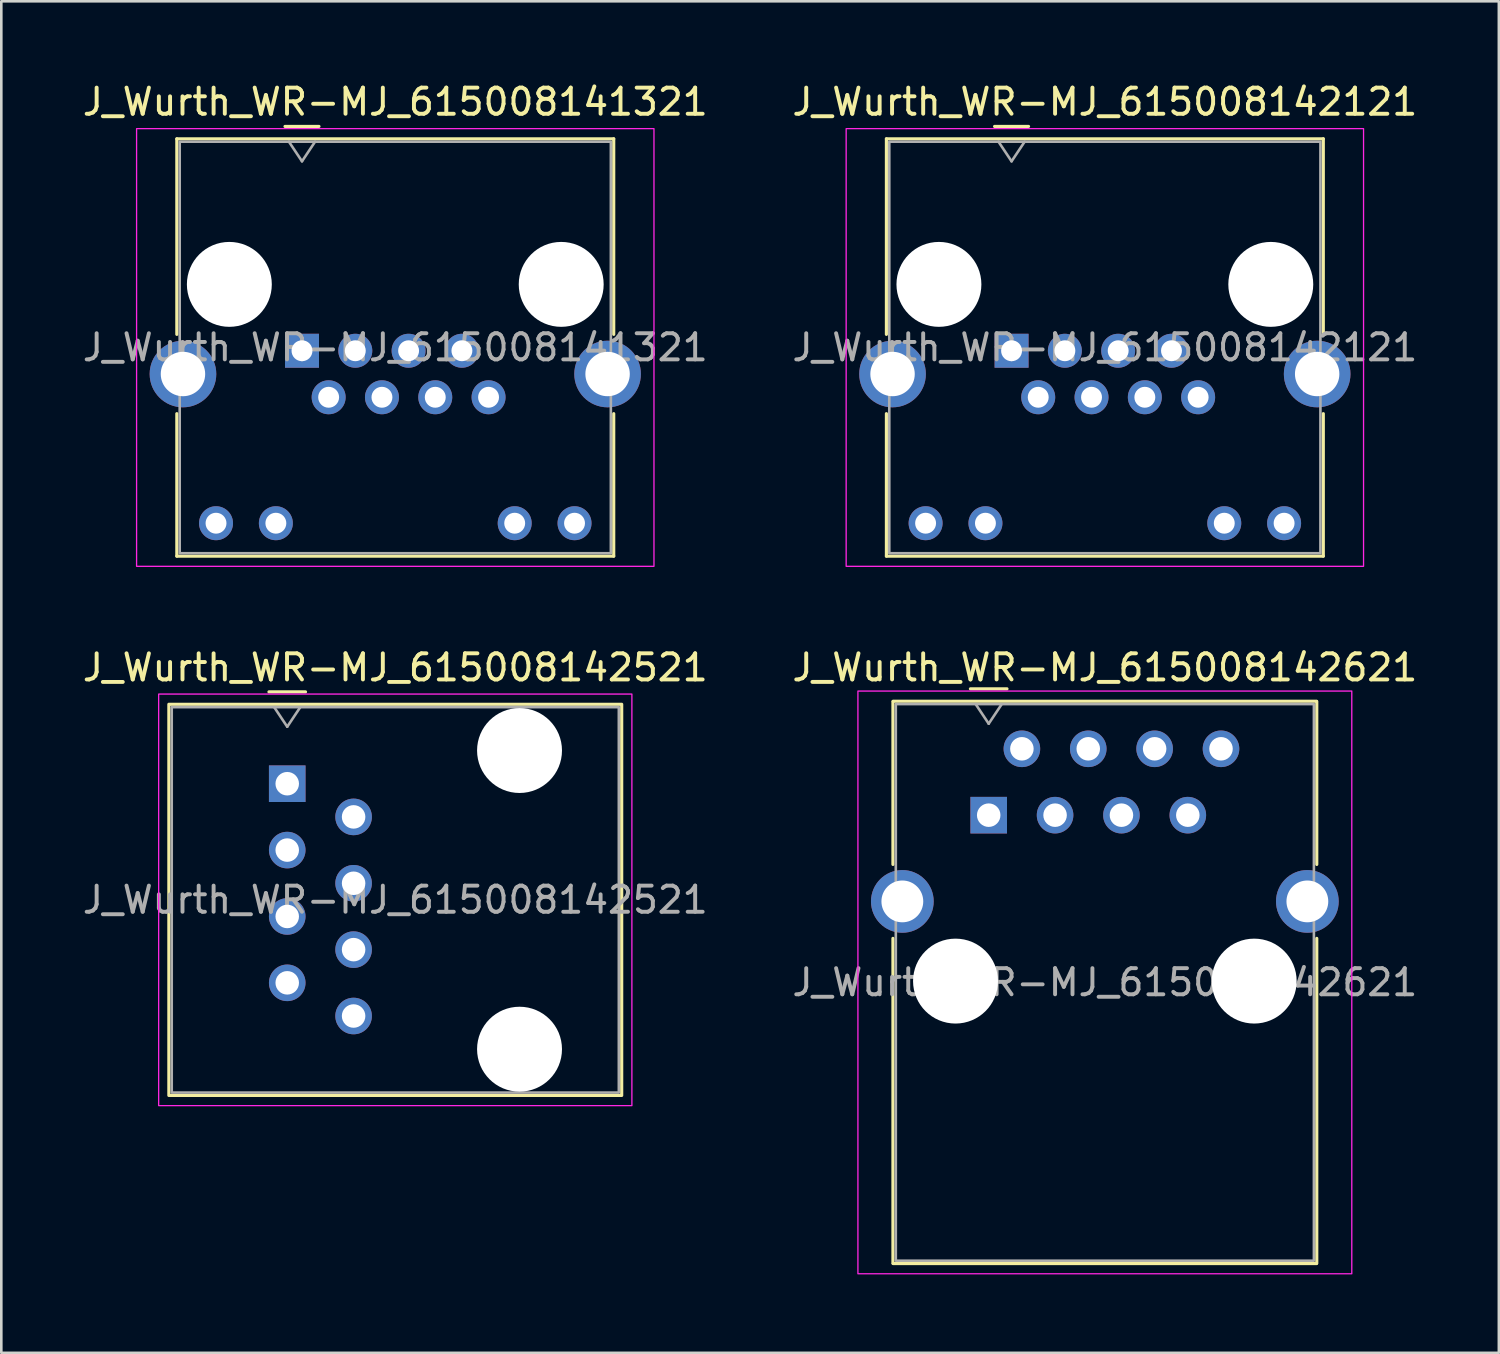
<source format=kicad_pcb>
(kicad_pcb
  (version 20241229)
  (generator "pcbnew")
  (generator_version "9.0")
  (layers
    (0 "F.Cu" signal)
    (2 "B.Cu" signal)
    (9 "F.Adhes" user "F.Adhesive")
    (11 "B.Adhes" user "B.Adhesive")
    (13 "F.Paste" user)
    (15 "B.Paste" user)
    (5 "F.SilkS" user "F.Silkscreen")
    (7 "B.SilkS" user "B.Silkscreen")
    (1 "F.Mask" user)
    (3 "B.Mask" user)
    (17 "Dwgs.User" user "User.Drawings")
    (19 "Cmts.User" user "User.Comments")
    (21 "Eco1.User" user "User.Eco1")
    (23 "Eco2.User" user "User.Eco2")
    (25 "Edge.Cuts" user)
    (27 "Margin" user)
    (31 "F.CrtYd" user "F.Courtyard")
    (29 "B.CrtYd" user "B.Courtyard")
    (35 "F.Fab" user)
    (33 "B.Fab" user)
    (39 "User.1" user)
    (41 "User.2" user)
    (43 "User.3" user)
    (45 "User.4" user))
  (footprint "J_Wurth_WR-MJ_615008142521"
    (layer "F.Cu")
    (at 7.942 26.942)
    (property "Reference" "J_Wurth_WR-MJ_615008142521" (at 4.135 -4.445 0) (unlocked yes) (layer "F.SilkS") (effects (font (size 1 1) (thickness 0.15))))
    (attr through_hole)
    (fp_line (start 0.7 -3.515) (end -0.7 -3.515) (stroke (width 0.12) (type solid)) (layer "F.SilkS"))
    (fp_rect (start -4.53 -3.04) (end 12.8 11.93) (stroke (width 0.12) (type solid)) (fill no) (layer "F.SilkS"))
    (fp_rect (start -4.92 -3.43) (end 13.19 12.32) (stroke (width 0.05) (type default)) (fill no) (layer "F.CrtYd"))
    (fp_line (start 0 -2.18) (end -0.5 -2.93) (stroke (width 0.1) (type solid)) (layer "F.Fab"))
    (fp_line (start 0 -2.18) (end 0.5 -2.93) (stroke (width 0.1) (type solid)) (layer "F.Fab"))
    (fp_rect (start -4.42 -2.93) (end 12.69 11.82) (stroke (width 0.1) (type solid)) (fill no) (layer "F.Fab"))
    (fp_text user "${REFERENCE}" (at 4.135 4.445 0) (unlocked yes) (layer "F.Fab") (effects (font (size 1 1) (thickness 0.15))))
    (pad "" np_thru_hole circle (at 8.89 -1.27 90) (size 3.25 3.25) (drill 3.25) (layers "*.Cu" "*.Mask"))
    (pad "" np_thru_hole circle (at 8.89 10.16 90) (size 3.25 3.25) (drill 3.25) (layers "*.Cu" "*.Mask"))
    (pad "1" thru_hole rect (at 0 0 90) (size 1.4 1.4) (drill 0.9) (layers "*.Cu" "*.Mask"))
    (pad "2" thru_hole circle (at 2.54 1.27 90) (size 1.4 1.4) (drill 0.9) (layers "*.Cu" "*.Mask"))
    (pad "3" thru_hole circle (at 0 2.54 90) (size 1.4 1.4) (drill 0.9) (layers "*.Cu" "*.Mask"))
    (pad "4" thru_hole circle (at 2.54 3.81 90) (size 1.4 1.4) (drill 0.9) (layers "*.Cu" "*.Mask"))
    (pad "5" thru_hole circle (at 0 5.08 90) (size 1.4 1.4) (drill 0.9) (layers "*.Cu" "*.Mask"))
    (pad "6" thru_hole circle (at 2.54 6.35 90) (size 1.4 1.4) (drill 0.9) (layers "*.Cu" "*.Mask"))
    (pad "7" thru_hole circle (at 0 7.62 90) (size 1.4 1.4) (drill 0.9) (layers "*.Cu" "*.Mask"))
    (pad "8" thru_hole circle (at 2.54 8.89 90) (size 1.4 1.4) (drill 0.9) (layers "*.Cu" "*.Mask")))
  (footprint "J_Wurth_WR-MJ_615008142121"
    (layer "F.Cu")
    (at 35.662 10.373)
    (property "Reference" "J_Wurth_WR-MJ_615008142121" (at 3.57 -9.525 0) (unlocked yes) (layer "F.SilkS") (effects (font (size 1 1) (thickness 0.15))))
    (attr through_hole)
    (fp_line (start -4.79 -8.11) (end 11.93 -8.11) (stroke (width 0.12) (type solid)) (layer "F.SilkS"))
    (fp_line (start -4.79 -0.627) (end -4.79 -8.11) (stroke (width 0.12) (type solid)) (layer "F.SilkS"))
    (fp_line (start -4.79 2.407) (end -4.79 7.86) (stroke (width 0.12) (type solid)) (layer "F.SilkS"))
    (fp_line (start 0.65 -8.585) (end -0.65 -8.585) (stroke (width 0.12) (type solid)) (layer "F.SilkS"))
    (fp_line (start 11.93 -0.627) (end 11.93 -8.11) (stroke (width 0.12) (type solid)) (layer "F.SilkS"))
    (fp_line (start 11.93 7.86) (end -4.79 7.86) (stroke (width 0.12) (type solid)) (layer "F.SilkS"))
    (fp_line (start 11.93 2.407) (end 11.93 7.86) (stroke (width 0.12) (type solid)) (layer "F.SilkS"))
    (fp_rect (start -6.33 -8.5) (end 13.47 8.25) (stroke (width 0.05) (type solid)) (fill no) (layer "F.CrtYd"))
    (fp_line (start 0 -7.25) (end -0.5 -8) (stroke (width 0.1) (type solid)) (layer "F.Fab"))
    (fp_line (start 0 -7.25) (end 0.5 -8) (stroke (width 0.1) (type solid)) (layer "F.Fab"))
    (fp_rect (start -4.68 -8) (end 11.82 7.75) (stroke (width 0.1) (type solid)) (fill no) (layer "F.Fab"))
    (fp_text user "${REFERENCE}" (at 3.57 -0.125 0) (unlocked yes) (layer "F.Fab") (effects (font (size 1 1) (thickness 0.15))))
    (pad "" np_thru_hole circle (at -2.78 -2.54 180) (size 3.25 3.25) (drill 3.25) (layers "*.Cu" "*.Mask"))
    (pad "" np_thru_hole circle (at 9.92 -2.54 180) (size 3.25 3.25) (drill 3.25) (layers "*.Cu" "*.Mask"))
    (pad "1" thru_hole rect (at 0 0 180) (size 1.3 1.3) (drill 0.8) (layers "*.Cu" "*.Mask"))
    (pad "2" thru_hole circle (at 1.02 1.78 180) (size 1.3 1.3) (drill 0.8) (layers "*.Cu" "*.Mask"))
    (pad "3" thru_hole circle (at 2.04 0 180) (size 1.3 1.3) (drill 0.8) (layers "*.Cu" "*.Mask"))
    (pad "4" thru_hole circle (at 3.06 1.78 180) (size 1.3 1.3) (drill 0.8) (layers "*.Cu" "*.Mask"))
    (pad "5" thru_hole circle (at 4.08 0 180) (size 1.3 1.3) (drill 0.8) (layers "*.Cu" "*.Mask"))
    (pad "6" thru_hole circle (at 5.1 1.78 180) (size 1.3 1.3) (drill 0.8) (layers "*.Cu" "*.Mask"))
    (pad "7" thru_hole circle (at 6.12 0 180) (size 1.3 1.3) (drill 0.8) (layers "*.Cu" "*.Mask"))
    (pad "8" thru_hole circle (at 7.14 1.78 180) (size 1.3 1.3) (drill 0.8) (layers "*.Cu" "*.Mask"))
    (pad "9" thru_hole circle (at -3.29 6.6 180) (size 1.3 1.3) (drill 0.8) (layers "*.Cu" "*.Mask"))
    (pad "10" thru_hole circle (at -1 6.6 180) (size 1.3 1.3) (drill 0.8) (layers "*.Cu" "*.Mask"))
    (pad "11" thru_hole circle (at 8.14 6.6 180) (size 1.3 1.3) (drill 0.8) (layers "*.Cu" "*.Mask"))
    (pad "12" thru_hole circle (at 10.43 6.6 180) (size 1.3 1.3) (drill 0.8) (layers "*.Cu" "*.Mask"))
    (pad "S1" thru_hole circle (at 11.695 0.89 180) (size 2.55 2.55) (drill 1.7) (layers "*.Cu" "*.Mask"))
    (pad "S2" thru_hole circle (at -4.555 0.89 180) (size 2.55 2.55) (drill 1.7) (layers "*.Cu" "*.Mask")))
  (footprint "J_Wurth_WR-MJ_615008142621"
    (layer "F.Cu")
    (at 34.787 28.146)
    (property "Reference" "J_Wurth_WR-MJ_615008142621" (at 4.445 -5.65 0) (unlocked yes) (layer "F.SilkS") (effects (font (size 1 1) (thickness 0.15))))
    (attr through_hole)
    (fp_line (start -3.665 1.885) (end -3.665 -4.35) (stroke (width 0.12) (type solid)) (layer "F.SilkS"))
    (fp_line (start -3.665 4.715) (end -3.665 17.15) (stroke (width 0.12) (type solid)) (layer "F.SilkS"))
    (fp_line (start -3.655 -4.36) (end 12.545 -4.36) (stroke (width 0.12) (type solid)) (layer "F.SilkS"))
    (fp_line (start -3.655 17.16) (end 12.545 17.16) (stroke (width 0.12) (type solid)) (layer "F.SilkS"))
    (fp_line (start 0.7 -4.835) (end -0.7 -4.835) (stroke (width 0.12) (type solid)) (layer "F.SilkS"))
    (fp_line (start 12.555 -4.35) (end 12.555 1.885) (stroke (width 0.12) (type solid)) (layer "F.SilkS"))
    (fp_line (start 12.555 17.15) (end 12.555 4.715) (stroke (width 0.12) (type solid)) (layer "F.SilkS"))
    (fp_rect (start -5.005 -4.75) (end 13.895 17.55) (stroke (width 0.05) (type solid)) (fill no) (layer "F.CrtYd"))
    (fp_line (start 0 -3.5) (end -0.5 -4.25) (stroke (width 0.1) (type solid)) (layer "F.Fab"))
    (fp_line (start 0 -3.5) (end 0.5 -4.25) (stroke (width 0.1) (type solid)) (layer "F.Fab"))
    (fp_rect (start -3.555 -4.25) (end 12.445 17.05) (stroke (width 0.1) (type solid)) (fill no) (layer "F.Fab"))
    (fp_text user "${REFERENCE}" (at 4.445 6.4 0) (unlocked yes) (layer "F.Fab") (effects (font (size 1 1) (thickness 0.15))))
    (pad "" np_thru_hole circle (at -1.27 6.35) (size 3.25 3.25) (drill 3.25) (layers "*.Cu" "*.Mask"))
    (pad "" np_thru_hole circle (at 10.16 6.35) (size 3.25 3.25) (drill 3.25) (layers "*.Cu" "*.Mask"))
    (pad "1" thru_hole rect (at 0 0) (size 1.4 1.4) (drill 0.9) (layers "*.Cu" "*.Mask"))
    (pad "2" thru_hole circle (at 1.27 -2.54) (size 1.4 1.4) (drill 0.9) (layers "*.Cu" "*.Mask"))
    (pad "3" thru_hole circle (at 2.54 0) (size 1.4 1.4) (drill 0.9) (layers "*.Cu" "*.Mask"))
    (pad "4" thru_hole circle (at 3.81 -2.54) (size 1.4 1.4) (drill 0.9) (layers "*.Cu" "*.Mask"))
    (pad "5" thru_hole circle (at 5.08 0) (size 1.4 1.4) (drill 0.9) (layers "*.Cu" "*.Mask"))
    (pad "6" thru_hole circle (at 6.35 -2.54) (size 1.4 1.4) (drill 0.9) (layers "*.Cu" "*.Mask"))
    (pad "7" thru_hole circle (at 7.62 0) (size 1.4 1.4) (drill 0.9) (layers "*.Cu" "*.Mask"))
    (pad "8" thru_hole circle (at 8.89 -2.54) (size 1.4 1.4) (drill 0.9) (layers "*.Cu" "*.Mask"))
    (pad "S1" thru_hole circle (at -3.305 3.3) (size 2.4 2.4) (drill 1.6) (layers "*.Cu" "*.Mask"))
    (pad "S2" thru_hole circle (at 12.195 3.3) (size 2.4 2.4) (drill 1.6) (layers "*.Cu" "*.Mask")))
  (footprint "J_Wurth_WR-MJ_615008141321"
    (layer "F.Cu")
    (at 8.507 10.373)
    (property "Reference" "J_Wurth_WR-MJ_615008141321" (at 3.57 -9.525 0) (unlocked yes) (layer "F.SilkS") (effects (font (size 1 1) (thickness 0.15))))
    (attr through_hole)
    (fp_line (start -4.79 -8.11) (end 11.93 -8.11) (stroke (width 0.12) (type solid)) (layer "F.SilkS"))
    (fp_line (start -4.79 -0.627) (end -4.79 -8.11) (stroke (width 0.12) (type solid)) (layer "F.SilkS"))
    (fp_line (start -4.79 2.407) (end -4.79 7.86) (stroke (width 0.12) (type solid)) (layer "F.SilkS"))
    (fp_line (start 0.65 -8.585) (end -0.65 -8.585) (stroke (width 0.12) (type solid)) (layer "F.SilkS"))
    (fp_line (start 11.93 -0.627) (end 11.93 -8.11) (stroke (width 0.12) (type solid)) (layer "F.SilkS"))
    (fp_line (start 11.93 7.86) (end -4.79 7.86) (stroke (width 0.12) (type solid)) (layer "F.SilkS"))
    (fp_line (start 11.93 2.407) (end 11.93 7.86) (stroke (width 0.12) (type solid)) (layer "F.SilkS"))
    (fp_rect (start -6.33 -8.5) (end 13.47 8.25) (stroke (width 0.05) (type solid)) (fill no) (layer "F.CrtYd"))
    (fp_line (start 0 -7.25) (end -0.5 -8) (stroke (width 0.1) (type solid)) (layer "F.Fab"))
    (fp_line (start 0 -7.25) (end 0.5 -8) (stroke (width 0.1) (type solid)) (layer "F.Fab"))
    (fp_rect (start -4.68 -8) (end 11.82 7.75) (stroke (width 0.1) (type solid)) (fill no) (layer "F.Fab"))
    (fp_text user "${REFERENCE}" (at 3.57 -0.125 0) (unlocked yes) (layer "F.Fab") (effects (font (size 1 1) (thickness 0.15))))
    (pad "" np_thru_hole circle (at -2.78 -2.54 180) (size 3.25 3.25) (drill 3.25) (layers "*.Cu" "*.Mask"))
    (pad "" np_thru_hole circle (at 9.92 -2.54 180) (size 3.25 3.25) (drill 3.25) (layers "*.Cu" "*.Mask"))
    (pad "1" thru_hole rect (at 0 0 180) (size 1.3 1.3) (drill 0.8) (layers "*.Cu" "*.Mask"))
    (pad "2" thru_hole circle (at 1.02 1.78 180) (size 1.3 1.3) (drill 0.8) (layers "*.Cu" "*.Mask"))
    (pad "3" thru_hole circle (at 2.04 0 180) (size 1.3 1.3) (drill 0.8) (layers "*.Cu" "*.Mask"))
    (pad "4" thru_hole circle (at 3.06 1.78 180) (size 1.3 1.3) (drill 0.8) (layers "*.Cu" "*.Mask"))
    (pad "5" thru_hole circle (at 4.08 0 180) (size 1.3 1.3) (drill 0.8) (layers "*.Cu" "*.Mask"))
    (pad "6" thru_hole circle (at 5.1 1.78 180) (size 1.3 1.3) (drill 0.8) (layers "*.Cu" "*.Mask"))
    (pad "7" thru_hole circle (at 6.12 0 180) (size 1.3 1.3) (drill 0.8) (layers "*.Cu" "*.Mask"))
    (pad "8" thru_hole circle (at 7.14 1.78 180) (size 1.3 1.3) (drill 0.8) (layers "*.Cu" "*.Mask"))
    (pad "9" thru_hole circle (at -3.29 6.6 180) (size 1.3 1.3) (drill 0.8) (layers "*.Cu" "*.Mask"))
    (pad "10" thru_hole circle (at -1 6.6 180) (size 1.3 1.3) (drill 0.8) (layers "*.Cu" "*.Mask"))
    (pad "11" thru_hole circle (at 8.14 6.6 180) (size 1.3 1.3) (drill 0.8) (layers "*.Cu" "*.Mask"))
    (pad "12" thru_hole circle (at 10.43 6.6 180) (size 1.3 1.3) (drill 0.8) (layers "*.Cu" "*.Mask"))
    (pad "S1" thru_hole circle (at 11.695 0.89 180) (size 2.55 2.55) (drill 1.7) (layers "*.Cu" "*.Mask"))
    (pad "S2" thru_hole circle (at -4.555 0.89 180) (size 2.55 2.55) (drill 1.7) (layers "*.Cu" "*.Mask")))
  (gr_rect
    (start -3 -3)
    (end 54.31 48.721)
    (stroke (width 0.1) (type default))
    (fill no)
    (layer "Edge.Cuts")))
</source>
